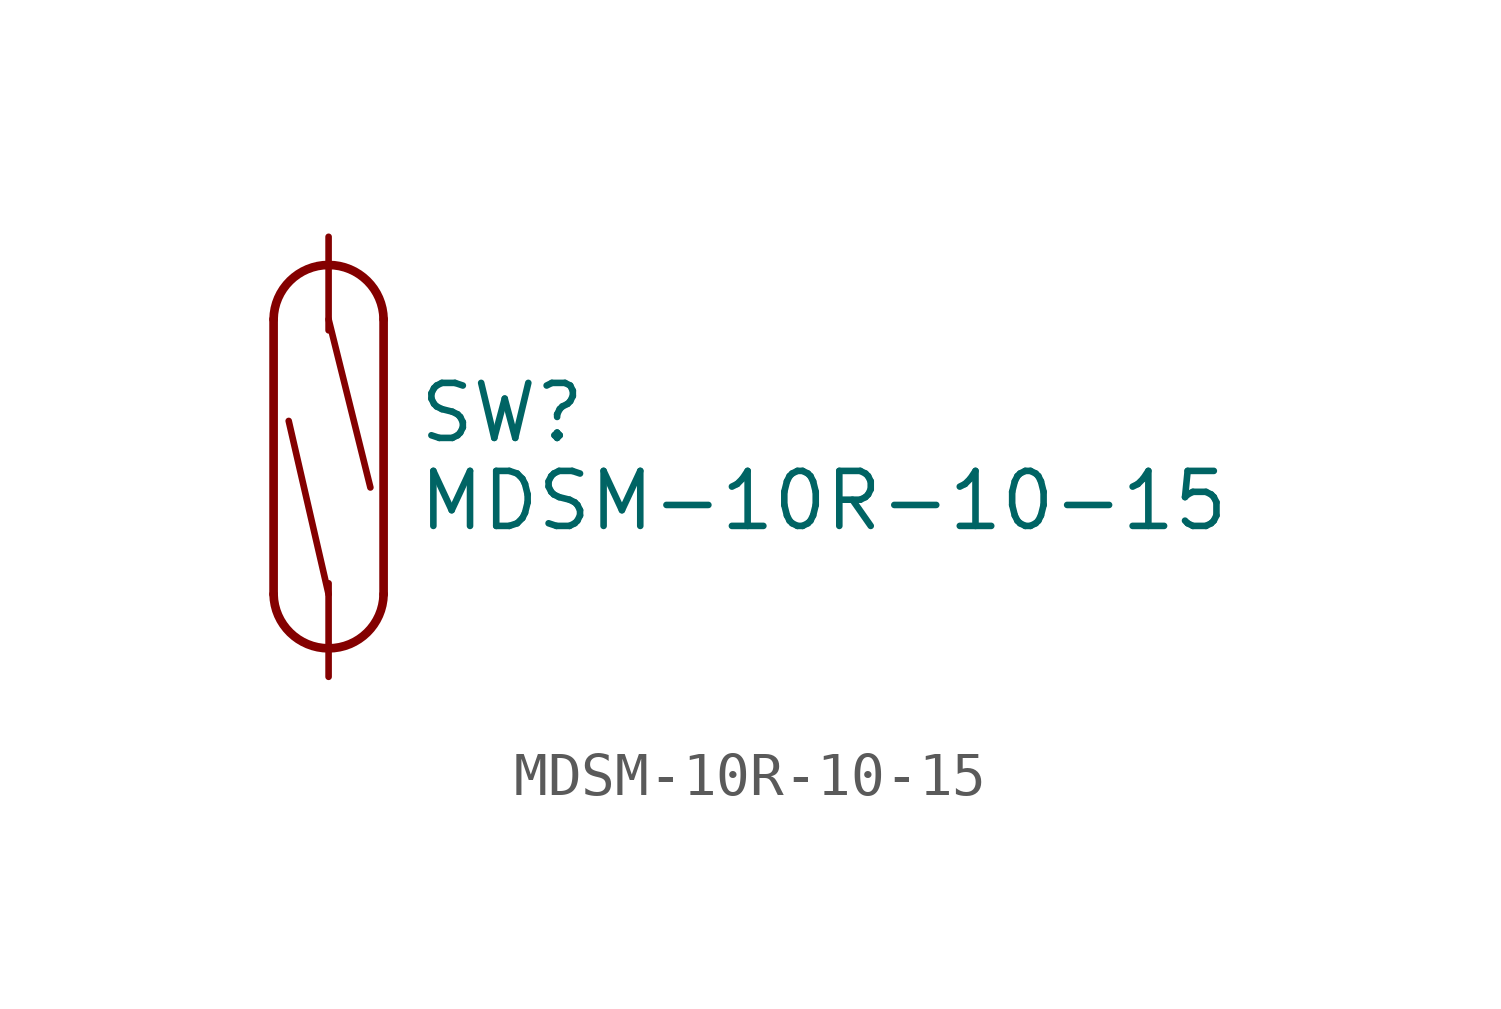
<source format=kicad_sym>
(kicad_symbol_lib
  (version 20241209)
  (generator "kicad_symbol_editor")
  (generator_version "9.0")
  (symbol "MDSM-10R-10-15"
    (pin_numbers
      (hide yes))
    (pin_names
      (offset 0)
      (hide yes))
    (property "Reference" "SW"
      (at 2.032 1.016 0)
      (effects (font (size 1.27 1.27)) (justify left)))
    (property "Value" "MDSM-10R-10-15"
      (at 11.43 -1.016 0)
      (effects (font (size 1.27 1.27))))
    (symbol "MDSM-10R-10-15_0_1"
      (polyline (pts (xy 0 3.175) (xy 0.965 -0.708)) (stroke (width 0) (type default)) (fill (type none)))
      (polyline (pts (xy 0 -3.175) (xy -0.921 0.828)) (stroke (width 0) (type default)) (fill (type none))))
    (symbol "MDSM-10R-10-15_1_1"
      (polyline (pts (xy -1.27 3.175) (xy -1.27 -3.175)) (stroke (width 0.2) (type default)) (fill (type none)))
      (arc (start -1.27 3.175) (mid 0 4.4292) (end 1.27 3.175) (stroke (width 0.2) (type default)) (fill (type none)))
      (arc (start 1.27 -3.175) (mid 0 -4.4227) (end -1.27 -3.175) (stroke (width 0.2) (type default)) (fill (type none)))
      (polyline (pts (xy 1.27 3.175) (xy 1.27 -3.175)) (stroke (width 0.2) (type default)) (fill (type none)))
      (pin input line (at 0 5.08 270) (length 2.159) (name "90" (effects (font (size 1.27 1.27)))) (number "2" (effects (font (size 1.27 1.27)))))
      (pin input line (at 0 -5.08 90) (length 2.159) (name "" (effects (font (size 1.27 1.27)))) (number "1" (effects (font (size 1.27 1.27))))))))
</source>
